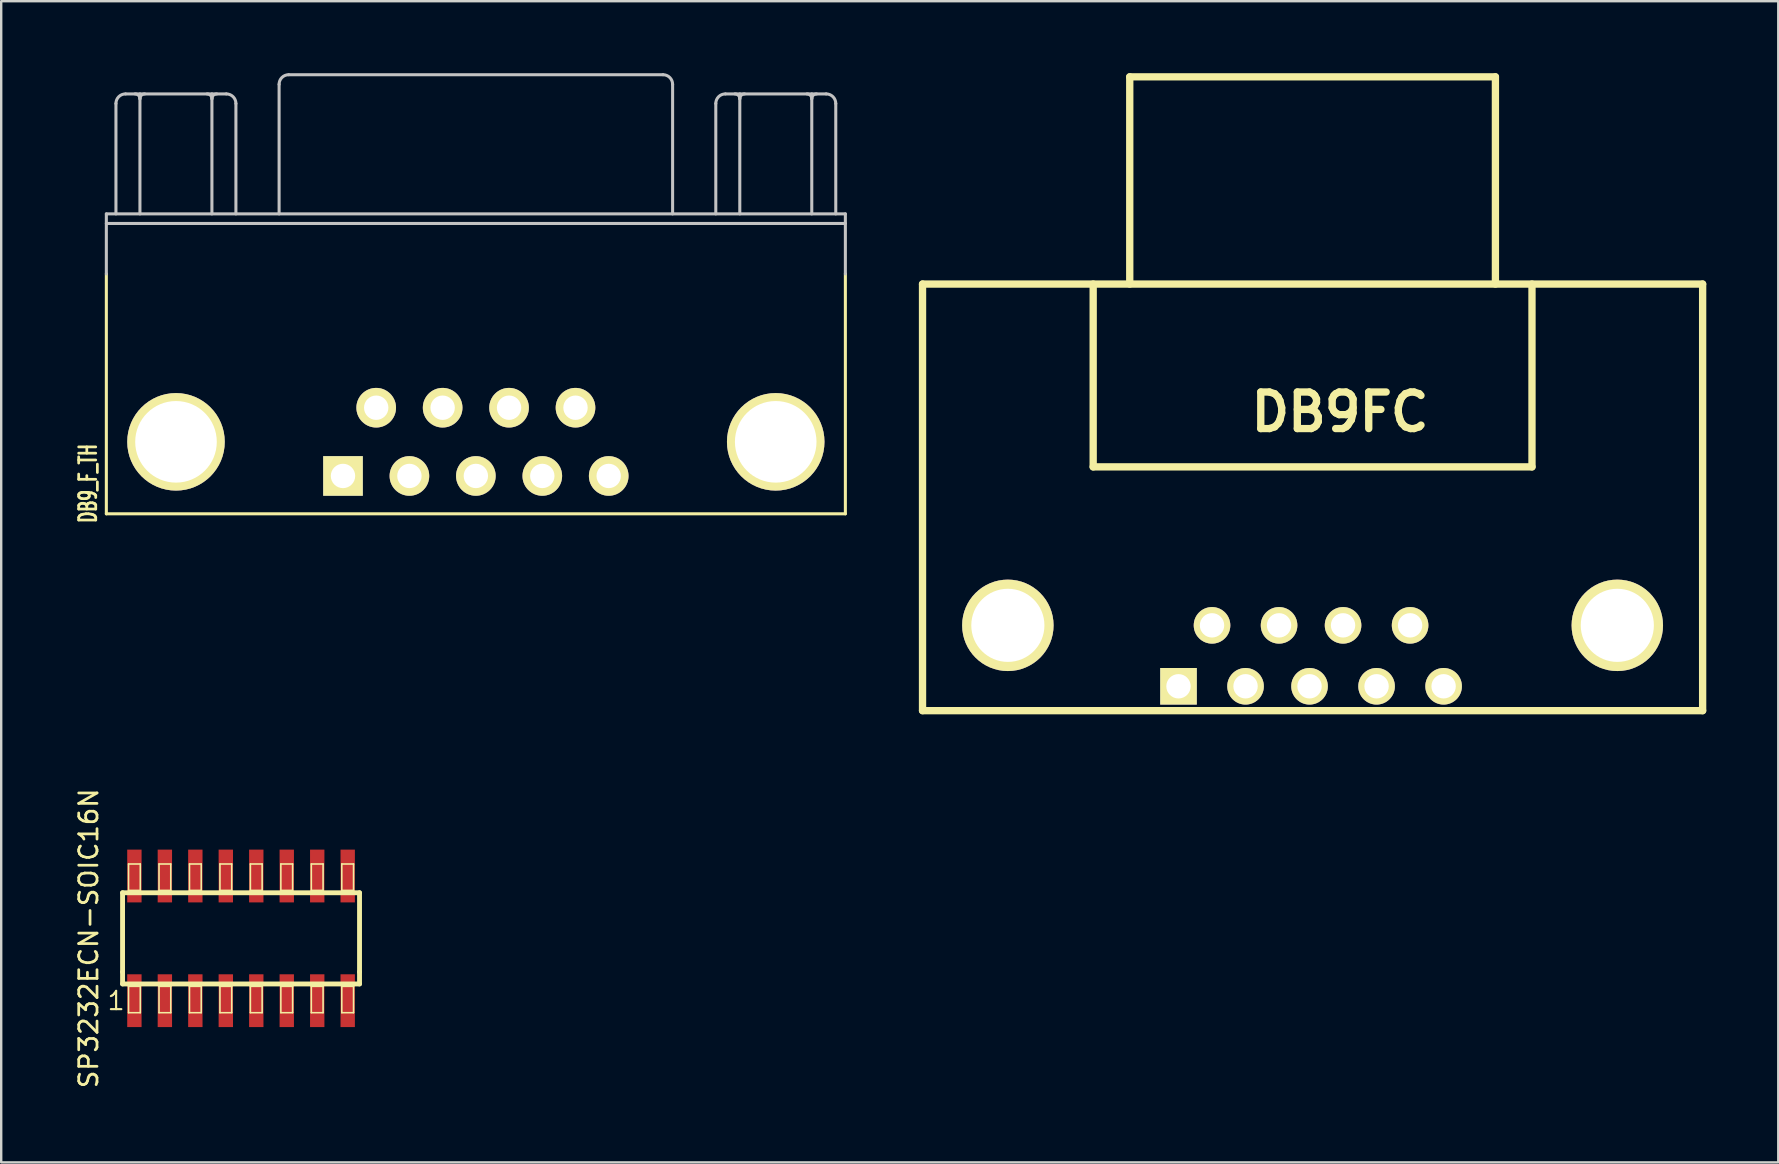
<source format=kicad_pcb>
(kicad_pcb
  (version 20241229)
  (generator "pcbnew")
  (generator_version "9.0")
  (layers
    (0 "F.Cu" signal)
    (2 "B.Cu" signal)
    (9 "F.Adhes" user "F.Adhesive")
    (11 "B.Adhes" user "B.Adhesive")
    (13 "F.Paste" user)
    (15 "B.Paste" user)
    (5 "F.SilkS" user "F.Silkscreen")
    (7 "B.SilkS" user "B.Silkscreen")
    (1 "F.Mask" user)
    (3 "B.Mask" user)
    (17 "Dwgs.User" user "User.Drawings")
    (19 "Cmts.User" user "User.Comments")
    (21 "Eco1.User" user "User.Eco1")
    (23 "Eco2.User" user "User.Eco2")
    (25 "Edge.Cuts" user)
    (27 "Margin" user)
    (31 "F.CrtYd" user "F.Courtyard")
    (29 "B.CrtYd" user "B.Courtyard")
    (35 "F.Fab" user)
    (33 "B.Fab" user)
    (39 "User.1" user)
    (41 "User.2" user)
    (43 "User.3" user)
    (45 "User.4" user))
  (footprint "DB9FC"
    (layer "F.Cu")
    (at 51.527 24.282)
    (property "Reference" "DB9FC" (at 1.27 -10.16 0) (layer "F.SilkS") (effects (font (size 1.524 1.524) (thickness 0.305))))
    (attr through_hole)
    (fp_line (start -16.129 -15.494) (end -16.129 2.286) (stroke (width 0.305) (type solid)) (layer "F.SilkS"))
    (fp_line (start -16.129 2.286) (end 16.383 2.286) (stroke (width 0.305) (type solid)) (layer "F.SilkS"))
    (fp_line (start -9.017 -15.494) (end -9.017 -7.874) (stroke (width 0.305) (type solid)) (layer "F.SilkS"))
    (fp_line (start -9.017 -7.874) (end 9.271 -7.874) (stroke (width 0.305) (type solid)) (layer "F.SilkS"))
    (fp_line (start -7.493 -24.13) (end 7.747 -24.13) (stroke (width 0.305) (type solid)) (layer "F.SilkS"))
    (fp_line (start -7.493 -15.494) (end -7.493 -24.13) (stroke (width 0.305) (type solid)) (layer "F.SilkS"))
    (fp_line (start 7.747 -24.13) (end 7.747 -15.494) (stroke (width 0.305) (type solid)) (layer "F.SilkS"))
    (fp_line (start 9.271 -7.874) (end 9.271 -15.494) (stroke (width 0.305) (type solid)) (layer "F.SilkS"))
    (fp_line (start 16.383 -15.494) (end -16.129 -15.494) (stroke (width 0.305) (type solid)) (layer "F.SilkS"))
    (fp_line (start 16.383 2.286) (end 16.383 -15.494) (stroke (width 0.305) (type solid)) (layer "F.SilkS"))
    (pad "" thru_hole circle (at -12.573 -1.27) (size 3.81 3.81) (drill 3.048) (layers "*.Cu" "*.Mask" "F.SilkS"))
    (pad "" thru_hole circle (at 12.827 -1.27) (size 3.81 3.81) (drill 3.048) (layers "*.Cu" "*.Mask" "F.SilkS"))
    (pad "1" thru_hole rect (at -5.461 1.27) (size 1.524 1.524) (drill 1.016) (layers "*.Cu" "*.Mask" "F.SilkS"))
    (pad "2" thru_hole circle (at -2.667 1.27) (size 1.524 1.524) (drill 1.016) (layers "*.Cu" "*.Mask" "F.SilkS"))
    (pad "3" thru_hole circle (at 0 1.27) (size 1.524 1.524) (drill 1.016) (layers "*.Cu" "*.Mask" "F.SilkS"))
    (pad "4" thru_hole circle (at 2.794 1.27) (size 1.524 1.524) (drill 1.016) (layers "*.Cu" "*.Mask" "F.SilkS"))
    (pad "5" thru_hole circle (at 5.588 1.27) (size 1.524 1.524) (drill 1.016) (layers "*.Cu" "*.Mask" "F.SilkS"))
    (pad "6" thru_hole circle (at -4.064 -1.27) (size 1.524 1.524) (drill 1.016) (layers "*.Cu" "*.Mask" "F.SilkS"))
    (pad "7" thru_hole circle (at -1.27 -1.27) (size 1.524 1.524) (drill 1.016) (layers "*.Cu" "*.Mask" "F.SilkS"))
    (pad "8" thru_hole circle (at 1.397 -1.27) (size 1.524 1.524) (drill 1.016) (layers "*.Cu" "*.Mask" "F.SilkS"))
    (pad "9" thru_hole circle (at 4.191 -1.27) (size 1.524 1.524) (drill 1.016) (layers "*.Cu" "*.Mask" "F.SilkS")))
  (footprint "DB9_F_TH"
    (layer "F.Cu")
    (at 16.782 15.364)
    (property "Reference" "DB9_F_TH" (at -16.165 1.735 90) (layer "F.SilkS") (effects (font (size 0.711 0.457) (thickness 0.114))))
    (attr through_hole)
    (fp_line (start -15.4 3) (end -15.4 -7) (stroke (width 0.127) (type solid)) (layer "F.SilkS"))
    (fp_line (start 15.4 3) (end -15.4 3) (stroke (width 0.127) (type solid)) (layer "F.SilkS"))
    (fp_line (start 15.4 3) (end 15.4 -7) (stroke (width 0.127) (type solid)) (layer "F.SilkS"))
    (fp_line (start -15.4 -9.5) (end -15.4 -7) (stroke (width 0.127) (type solid)) (layer "Dwgs.User"))
    (fp_line (start -15.4 -9.5) (end 15.4 -9.5) (stroke (width 0.127) (type solid)) (layer "Dwgs.User"))
    (fp_line (start -15.4 -9.1) (end 15.4 -9.1) (stroke (width 0.127) (type solid)) (layer "Dwgs.User"))
    (fp_line (start -15 -14.1) (end -15 -9.5) (stroke (width 0.127) (type solid)) (layer "Dwgs.User"))
    (fp_line (start -14.6 -14.5) (end -10.4 -14.5) (stroke (width 0.127) (type solid)) (layer "Dwgs.User"))
    (fp_line (start -14 -14.5) (end -14 -9.5) (stroke (width 0.127) (type solid)) (layer "Dwgs.User"))
    (fp_line (start -11 -14.5) (end -11 -9.5) (stroke (width 0.127) (type solid)) (layer "Dwgs.User"))
    (fp_line (start -10 -14.1) (end -10 -9.5) (stroke (width 0.127) (type solid)) (layer "Dwgs.User"))
    (fp_line (start -8.2 -14.9) (end -8.2 -9.5) (stroke (width 0.127) (type solid)) (layer "Dwgs.User"))
    (fp_line (start 7.8 -15.3) (end -7.8 -15.3) (stroke (width 0.127) (type solid)) (layer "Dwgs.User"))
    (fp_line (start 8.2 -14.9) (end 8.2 -9.5) (stroke (width 0.127) (type solid)) (layer "Dwgs.User"))
    (fp_line (start 10 -14.1) (end 10 -9.5) (stroke (width 0.127) (type solid)) (layer "Dwgs.User"))
    (fp_line (start 10.4 -14.5) (end 14.6 -14.5) (stroke (width 0.127) (type solid)) (layer "Dwgs.User"))
    (fp_line (start 11 -14.5) (end 11 -9.5) (stroke (width 0.127) (type solid)) (layer "Dwgs.User"))
    (fp_line (start 14 -14.5) (end 14 -9.5) (stroke (width 0.127) (type solid)) (layer "Dwgs.User"))
    (fp_line (start 15 -14.1) (end 15 -9.5) (stroke (width 0.127) (type solid)) (layer "Dwgs.User"))
    (fp_line (start 15.4 -9.5) (end 15.4 -7) (stroke (width 0.127) (type solid)) (layer "Dwgs.User"))
    (fp_arc (start -15 -14.1) (mid -14.882843 -14.382843) (end -14.6 -14.5) (stroke (width 0.127) (type solid)) (layer "Dwgs.User"))
    (fp_arc (start -14.2 -14.5) (mid -14.058579 -14.441421) (end -14 -14.3) (stroke (width 0.127) (type solid)) (layer "Dwgs.User"))
    (fp_arc (start -14 -14.3) (mid -13.941421 -14.441421) (end -13.8 -14.5) (stroke (width 0.127) (type solid)) (layer "Dwgs.User"))
    (fp_arc (start -11.2 -14.5) (mid -11.058579 -14.441421) (end -11 -14.3) (stroke (width 0.127) (type solid)) (layer "Dwgs.User"))
    (fp_arc (start -11 -14.3) (mid -10.941421 -14.441421) (end -10.8 -14.5) (stroke (width 0.127) (type solid)) (layer "Dwgs.User"))
    (fp_arc (start -10.4 -14.5) (mid -10.117157 -14.382843) (end -10 -14.1) (stroke (width 0.127) (type solid)) (layer "Dwgs.User"))
    (fp_arc (start -8.2 -14.9) (mid -8.082843 -15.182843) (end -7.8 -15.3) (stroke (width 0.127) (type solid)) (layer "Dwgs.User"))
    (fp_arc (start 7.8 -15.3) (mid 8.082843 -15.182843) (end 8.2 -14.9) (stroke (width 0.127) (type solid)) (layer "Dwgs.User"))
    (fp_arc (start 10 -14.1) (mid 10.117157 -14.382843) (end 10.4 -14.5) (stroke (width 0.127) (type solid)) (layer "Dwgs.User"))
    (fp_arc (start 10.8 -14.5) (mid 10.941421 -14.441421) (end 11 -14.3) (stroke (width 0.127) (type solid)) (layer "Dwgs.User"))
    (fp_arc (start 11 -14.3) (mid 11.058579 -14.441421) (end 11.2 -14.5) (stroke (width 0.127) (type solid)) (layer "Dwgs.User"))
    (fp_arc (start 13.8 -14.5) (mid 13.941421 -14.441421) (end 14 -14.3) (stroke (width 0.127) (type solid)) (layer "Dwgs.User"))
    (fp_arc (start 14 -14.3) (mid 14.058579 -14.441421) (end 14.2 -14.5) (stroke (width 0.127) (type solid)) (layer "Dwgs.User"))
    (fp_arc (start 14.6 -14.5) (mid 14.882843 -14.382843) (end 15 -14.1) (stroke (width 0.127) (type solid)) (layer "Dwgs.User"))
    (pad "1" thru_hole rect (at -5.537 1.422) (size 1.651 1.651) (drill 1.016) (layers "*.Cu" "*.Mask" "F.SilkS"))
    (pad "2" thru_hole circle (at -2.769 1.422) (size 1.651 1.651) (drill 1.016) (layers "*.Cu" "*.Mask" "F.SilkS"))
    (pad "3" thru_hole circle (at 0 1.422) (size 1.651 1.651) (drill 1.016) (layers "*.Cu" "*.Mask" "F.SilkS"))
    (pad "4" thru_hole circle (at 2.769 1.422) (size 1.651 1.651) (drill 1.016) (layers "*.Cu" "*.Mask" "F.SilkS"))
    (pad "5" thru_hole circle (at 5.537 1.422) (size 1.651 1.651) (drill 1.016) (layers "*.Cu" "*.Mask" "F.SilkS"))
    (pad "6" thru_hole circle (at -4.153 -1.422) (size 1.651 1.651) (drill 1.016) (layers "*.Cu" "*.Mask" "F.SilkS"))
    (pad "7" thru_hole circle (at -1.384 -1.422) (size 1.651 1.651) (drill 1.016) (layers "*.Cu" "*.Mask" "F.SilkS"))
    (pad "8" thru_hole circle (at 1.384 -1.422) (size 1.651 1.651) (drill 1.016) (layers "*.Cu" "*.Mask" "F.SilkS"))
    (pad "9" thru_hole circle (at 4.153 -1.422) (size 1.651 1.651) (drill 1.016) (layers "*.Cu" "*.Mask" "F.SilkS"))
    (pad "10" thru_hole circle (at -12.497 0) (size 4.064 4.064) (drill 3.4) (layers "*.Cu" "*.Mask" "F.SilkS"))
    (pad "11" thru_hole circle (at 12.497 0) (size 4.064 4.064) (drill 3.4) (layers "*.Cu" "*.Mask" "F.SilkS")))
  (footprint "SP3232ECN-SOIC16N"
    (layer "F.Cu")
    (at 6.996 36.057)
    (property "Reference" "SP3232ECN-SOIC16N" (at -6.35 0 90) (layer "F.SilkS") (effects (font (size 0.762 0.762) (thickness 0.114))))
    (attr smd)
    (fp_line (start -4.938 -1.9) (end 4.938 -1.9) (stroke (width 0.203) (type solid)) (layer "F.SilkS"))
    (fp_line (start -4.938 1.4) (end -4.938 -1.9) (stroke (width 0.203) (type solid)) (layer "F.SilkS"))
    (fp_line (start -4.938 1.9) (end -4.938 1.4) (stroke (width 0.203) (type solid)) (layer "F.SilkS"))
    (fp_line (start -4.689 -3.099) (end -4.199 -3.099) (stroke (width 0.066) (type solid)) (layer "F.SilkS"))
    (fp_line (start -4.689 -1.999) (end -4.689 -3.099) (stroke (width 0.066) (type solid)) (layer "F.SilkS"))
    (fp_line (start -4.689 -1.999) (end -4.199 -1.999) (stroke (width 0.066) (type solid)) (layer "F.SilkS"))
    (fp_line (start -4.689 1.999) (end -4.199 1.999) (stroke (width 0.066) (type solid)) (layer "F.SilkS"))
    (fp_line (start -4.689 3.099) (end -4.689 1.999) (stroke (width 0.066) (type solid)) (layer "F.SilkS"))
    (fp_line (start -4.689 3.099) (end -4.199 3.099) (stroke (width 0.066) (type solid)) (layer "F.SilkS"))
    (fp_line (start -4.199 -1.999) (end -4.199 -3.099) (stroke (width 0.066) (type solid)) (layer "F.SilkS"))
    (fp_line (start -4.199 3.099) (end -4.199 1.999) (stroke (width 0.066) (type solid)) (layer "F.SilkS"))
    (fp_line (start -3.419 -3.099) (end -2.929 -3.099) (stroke (width 0.066) (type solid)) (layer "F.SilkS"))
    (fp_line (start -3.419 -1.999) (end -3.419 -3.099) (stroke (width 0.066) (type solid)) (layer "F.SilkS"))
    (fp_line (start -3.419 -1.999) (end -2.929 -1.999) (stroke (width 0.066) (type solid)) (layer "F.SilkS"))
    (fp_line (start -3.419 1.999) (end -2.929 1.999) (stroke (width 0.066) (type solid)) (layer "F.SilkS"))
    (fp_line (start -3.419 3.099) (end -3.419 1.999) (stroke (width 0.066) (type solid)) (layer "F.SilkS"))
    (fp_line (start -3.419 3.099) (end -2.929 3.099) (stroke (width 0.066) (type solid)) (layer "F.SilkS"))
    (fp_line (start -2.929 -1.999) (end -2.929 -3.099) (stroke (width 0.066) (type solid)) (layer "F.SilkS"))
    (fp_line (start -2.929 3.099) (end -2.929 1.999) (stroke (width 0.066) (type solid)) (layer "F.SilkS"))
    (fp_line (start -2.149 -3.099) (end -1.659 -3.099) (stroke (width 0.066) (type solid)) (layer "F.SilkS"))
    (fp_line (start -2.149 -1.999) (end -2.149 -3.099) (stroke (width 0.066) (type solid)) (layer "F.SilkS"))
    (fp_line (start -2.149 -1.999) (end -1.659 -1.999) (stroke (width 0.066) (type solid)) (layer "F.SilkS"))
    (fp_line (start -2.149 1.999) (end -1.659 1.999) (stroke (width 0.066) (type solid)) (layer "F.SilkS"))
    (fp_line (start -2.149 3.099) (end -2.149 1.999) (stroke (width 0.066) (type solid)) (layer "F.SilkS"))
    (fp_line (start -2.149 3.099) (end -1.659 3.099) (stroke (width 0.066) (type solid)) (layer "F.SilkS"))
    (fp_line (start -1.659 -1.999) (end -1.659 -3.099) (stroke (width 0.066) (type solid)) (layer "F.SilkS"))
    (fp_line (start -1.659 3.099) (end -1.659 1.999) (stroke (width 0.066) (type solid)) (layer "F.SilkS"))
    (fp_line (start -0.879 -3.099) (end -0.389 -3.099) (stroke (width 0.066) (type solid)) (layer "F.SilkS"))
    (fp_line (start -0.879 -1.999) (end -0.879 -3.099) (stroke (width 0.066) (type solid)) (layer "F.SilkS"))
    (fp_line (start -0.879 -1.999) (end -0.389 -1.999) (stroke (width 0.066) (type solid)) (layer "F.SilkS"))
    (fp_line (start -0.879 1.999) (end -0.389 1.999) (stroke (width 0.066) (type solid)) (layer "F.SilkS"))
    (fp_line (start -0.879 3.099) (end -0.879 1.999) (stroke (width 0.066) (type solid)) (layer "F.SilkS"))
    (fp_line (start -0.879 3.099) (end -0.389 3.099) (stroke (width 0.066) (type solid)) (layer "F.SilkS"))
    (fp_line (start -0.389 -1.999) (end -0.389 -3.099) (stroke (width 0.066) (type solid)) (layer "F.SilkS"))
    (fp_line (start -0.389 3.099) (end -0.389 1.999) (stroke (width 0.066) (type solid)) (layer "F.SilkS"))
    (fp_line (start 0.389 -3.099) (end 0.879 -3.099) (stroke (width 0.066) (type solid)) (layer "F.SilkS"))
    (fp_line (start 0.389 -1.999) (end 0.389 -3.099) (stroke (width 0.066) (type solid)) (layer "F.SilkS"))
    (fp_line (start 0.389 -1.999) (end 0.879 -1.999) (stroke (width 0.066) (type solid)) (layer "F.SilkS"))
    (fp_line (start 0.389 1.999) (end 0.879 1.999) (stroke (width 0.066) (type solid)) (layer "F.SilkS"))
    (fp_line (start 0.389 3.099) (end 0.389 1.999) (stroke (width 0.066) (type solid)) (layer "F.SilkS"))
    (fp_line (start 0.389 3.099) (end 0.879 3.099) (stroke (width 0.066) (type solid)) (layer "F.SilkS"))
    (fp_line (start 0.879 -1.999) (end 0.879 -3.099) (stroke (width 0.066) (type solid)) (layer "F.SilkS"))
    (fp_line (start 0.879 3.099) (end 0.879 1.999) (stroke (width 0.066) (type solid)) (layer "F.SilkS"))
    (fp_line (start 1.659 -3.099) (end 2.149 -3.099) (stroke (width 0.066) (type solid)) (layer "F.SilkS"))
    (fp_line (start 1.659 -1.999) (end 1.659 -3.099) (stroke (width 0.066) (type solid)) (layer "F.SilkS"))
    (fp_line (start 1.659 -1.999) (end 2.149 -1.999) (stroke (width 0.066) (type solid)) (layer "F.SilkS"))
    (fp_line (start 1.659 1.999) (end 2.149 1.999) (stroke (width 0.066) (type solid)) (layer "F.SilkS"))
    (fp_line (start 1.659 3.099) (end 1.659 1.999) (stroke (width 0.066) (type solid)) (layer "F.SilkS"))
    (fp_line (start 1.659 3.099) (end 2.149 3.099) (stroke (width 0.066) (type solid)) (layer "F.SilkS"))
    (fp_line (start 2.149 -1.999) (end 2.149 -3.099) (stroke (width 0.066) (type solid)) (layer "F.SilkS"))
    (fp_line (start 2.149 3.099) (end 2.149 1.999) (stroke (width 0.066) (type solid)) (layer "F.SilkS"))
    (fp_line (start 2.929 -3.099) (end 3.419 -3.099) (stroke (width 0.066) (type solid)) (layer "F.SilkS"))
    (fp_line (start 2.929 -1.999) (end 2.929 -3.099) (stroke (width 0.066) (type solid)) (layer "F.SilkS"))
    (fp_line (start 2.929 -1.999) (end 3.419 -1.999) (stroke (width 0.066) (type solid)) (layer "F.SilkS"))
    (fp_line (start 2.929 1.999) (end 3.419 1.999) (stroke (width 0.066) (type solid)) (layer "F.SilkS"))
    (fp_line (start 2.929 3.099) (end 2.929 1.999) (stroke (width 0.066) (type solid)) (layer "F.SilkS"))
    (fp_line (start 2.929 3.099) (end 3.419 3.099) (stroke (width 0.066) (type solid)) (layer "F.SilkS"))
    (fp_line (start 3.419 -1.999) (end 3.419 -3.099) (stroke (width 0.066) (type solid)) (layer "F.SilkS"))
    (fp_line (start 3.419 3.099) (end 3.419 1.999) (stroke (width 0.066) (type solid)) (layer "F.SilkS"))
    (fp_line (start 4.199 -3.099) (end 4.689 -3.099) (stroke (width 0.066) (type solid)) (layer "F.SilkS"))
    (fp_line (start 4.199 -1.999) (end 4.199 -3.099) (stroke (width 0.066) (type solid)) (layer "F.SilkS"))
    (fp_line (start 4.199 -1.999) (end 4.689 -1.999) (stroke (width 0.066) (type solid)) (layer "F.SilkS"))
    (fp_line (start 4.199 1.999) (end 4.689 1.999) (stroke (width 0.066) (type solid)) (layer "F.SilkS"))
    (fp_line (start 4.199 3.099) (end 4.199 1.999) (stroke (width 0.066) (type solid)) (layer "F.SilkS"))
    (fp_line (start 4.199 3.099) (end 4.689 3.099) (stroke (width 0.066) (type solid)) (layer "F.SilkS"))
    (fp_line (start 4.689 -1.999) (end 4.689 -3.099) (stroke (width 0.066) (type solid)) (layer "F.SilkS"))
    (fp_line (start 4.689 3.099) (end 4.689 1.999) (stroke (width 0.066) (type solid)) (layer "F.SilkS"))
    (fp_line (start 4.938 -1.9) (end 4.938 1.4) (stroke (width 0.203) (type solid)) (layer "F.SilkS"))
    (fp_line (start 4.938 1.4) (end 4.938 1.9) (stroke (width 0.203) (type solid)) (layer "F.SilkS"))
    (fp_line (start 4.938 1.9) (end -4.938 1.9) (stroke (width 0.203) (type solid)) (layer "F.SilkS"))
    (fp_text user "1" (at -5.207 2.603 0) (layer "F.SilkS") (effects (font (size 0.762 0.762) (thickness 0.089))))
    (pad "1" smd rect (at -4.445 2.598) (size 0.599 2.2) (layers "F.Cu" "F.Mask" "F.Paste"))
    (pad "2" smd rect (at -3.175 2.598) (size 0.599 2.2) (layers "F.Cu" "F.Mask" "F.Paste"))
    (pad "3" smd rect (at -1.905 2.598) (size 0.599 2.2) (layers "F.Cu" "F.Mask" "F.Paste"))
    (pad "4" smd rect (at -0.635 2.598) (size 0.599 2.2) (layers "F.Cu" "F.Mask" "F.Paste"))
    (pad "5" smd rect (at 0.635 2.598) (size 0.599 2.2) (layers "F.Cu" "F.Mask" "F.Paste"))
    (pad "6" smd rect (at 1.905 2.598) (size 0.599 2.2) (layers "F.Cu" "F.Mask" "F.Paste"))
    (pad "7" smd rect (at 3.175 2.598) (size 0.599 2.2) (layers "F.Cu" "F.Mask" "F.Paste"))
    (pad "8" smd rect (at 4.445 2.598) (size 0.599 2.2) (layers "F.Cu" "F.Mask" "F.Paste"))
    (pad "9" smd rect (at 4.445 -2.598) (size 0.599 2.2) (layers "F.Cu" "F.Mask" "F.Paste"))
    (pad "10" smd rect (at 3.175 -2.598) (size 0.599 2.2) (layers "F.Cu" "F.Mask" "F.Paste"))
    (pad "11" smd rect (at 1.905 -2.598) (size 0.599 2.2) (layers "F.Cu" "F.Mask" "F.Paste"))
    (pad "12" smd rect (at 0.635 -2.598) (size 0.599 2.2) (layers "F.Cu" "F.Mask" "F.Paste"))
    (pad "13" smd rect (at -0.635 -2.598) (size 0.599 2.2) (layers "F.Cu" "F.Mask" "F.Paste"))
    (pad "14" smd rect (at -1.905 -2.598) (size 0.599 2.2) (layers "F.Cu" "F.Mask" "F.Paste"))
    (pad "15" smd rect (at -3.175 -2.598) (size 0.599 2.2) (layers "F.Cu" "F.Mask" "F.Paste"))
    (pad "16" smd rect (at -4.445 -2.598) (size 0.599 2.2) (layers "F.Cu" "F.Mask" "F.Paste")))
  (gr_rect
    (start -3 -3)
    (end 71.062 45.394)
    (stroke (width 0.1) (type default))
    (fill no)
    (layer "Edge.Cuts")))
</source>
